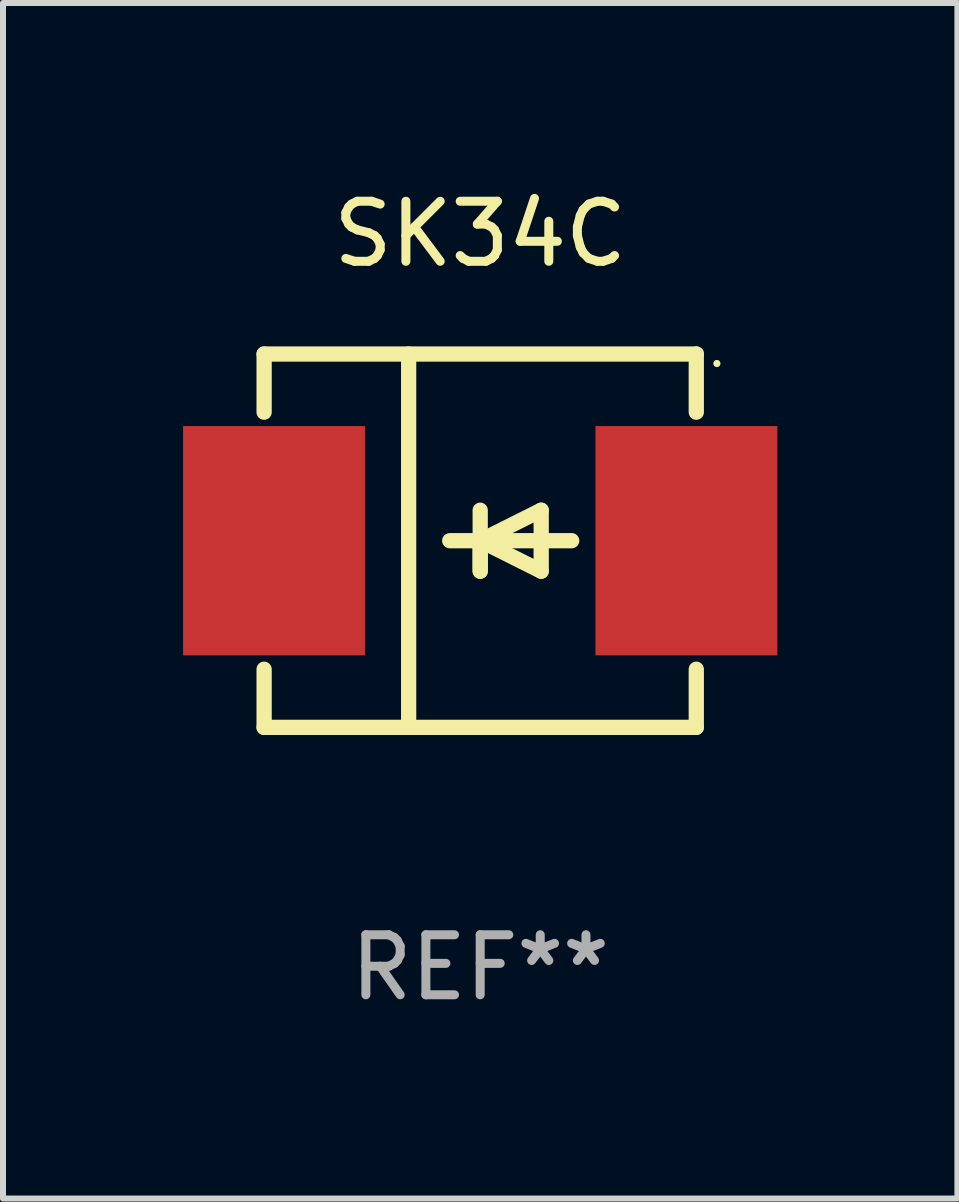
<source format=kicad_pcb>
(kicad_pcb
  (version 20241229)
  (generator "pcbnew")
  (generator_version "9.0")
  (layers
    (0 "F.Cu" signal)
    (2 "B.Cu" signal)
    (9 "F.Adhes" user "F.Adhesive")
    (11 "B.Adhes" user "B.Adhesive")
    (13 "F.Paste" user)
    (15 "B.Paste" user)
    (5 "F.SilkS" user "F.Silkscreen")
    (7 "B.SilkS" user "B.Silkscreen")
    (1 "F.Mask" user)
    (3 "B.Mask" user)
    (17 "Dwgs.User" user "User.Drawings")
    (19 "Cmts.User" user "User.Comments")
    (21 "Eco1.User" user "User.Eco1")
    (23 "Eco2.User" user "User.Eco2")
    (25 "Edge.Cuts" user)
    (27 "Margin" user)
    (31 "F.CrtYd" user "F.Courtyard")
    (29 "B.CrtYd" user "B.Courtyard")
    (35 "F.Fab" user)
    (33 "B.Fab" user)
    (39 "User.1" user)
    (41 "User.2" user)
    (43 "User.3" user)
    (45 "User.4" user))
  (footprint "SK34C"
    (layer "F.Cu")
    (at 4.95 5.958)
    (property "Reference" "SK34C" (at 0 -5.11 0) (layer "F.SilkS") (effects (font (size 1 1) (thickness 0.15))))
    (attr through_hole)
    (fp_line (start -3.6 -3.11) (end -3.6 -2.141) (stroke (width 0.254) (type solid)) (layer "F.SilkS"))
    (fp_line (start -3.6 -3.11) (end 3.6 -3.11) (stroke (width 0.254) (type solid)) (layer "F.SilkS"))
    (fp_line (start -3.6 2.141) (end -3.6 3.11) (stroke (width 0.254) (type solid)) (layer "F.SilkS"))
    (fp_line (start -3.6 3.11) (end 3.6 3.11) (stroke (width 0.254) (type solid)) (layer "F.SilkS"))
    (fp_line (start -1.192 -3.11) (end -1.192 3.11) (stroke (width 0.254) (type solid)) (layer "F.SilkS"))
    (fp_line (start 0 0) (end 0 0.508) (stroke (width 0.254) (type solid)) (layer "F.SilkS"))
    (fp_line (start 0 0) (end 1.016 0.508) (stroke (width 0.254) (type solid)) (layer "F.SilkS"))
    (fp_line (start 0 0.508) (end 0 -0.508) (stroke (width 0.254) (type solid)) (layer "F.SilkS"))
    (fp_line (start 1.016 -0.508) (end 0 0) (stroke (width 0.254) (type solid)) (layer "F.SilkS"))
    (fp_line (start 1.016 0.508) (end 1.016 -0.508) (stroke (width 0.254) (type solid)) (layer "F.SilkS"))
    (fp_line (start 1.524 0) (end -0.508 0) (stroke (width 0.254) (type solid)) (layer "F.SilkS"))
    (fp_line (start 3.6 -3.11) (end 3.6 -2.141) (stroke (width 0.254) (type solid)) (layer "F.SilkS"))
    (fp_line (start 3.6 2.141) (end 3.6 3.11) (stroke (width 0.254) (type solid)) (layer "F.SilkS"))
    (fp_circle (center 3.943 -2.952) (end 3.973 -2.952) (stroke (width 0.06) (type solid)) (fill no) (layer "F.SilkS"))
    (fp_text user "REF**" (at 0 7.11 0) (layer "F.Fab") (effects (font (size 1 1) (thickness 0.15))))
    (pad "1" smd rect (at 3.435 0 180) (size 3.03 3.82) (layers "F.Cu" "F.Mask" "F.Paste"))
    (pad "2" smd rect (at -3.435 0 180) (size 3.03 3.82) (layers "F.Cu" "F.Mask" "F.Paste")))
  (gr_rect
    (start -3 -3)
    (end 12.9 16.917)
    (stroke (width 0.1) (type default))
    (fill no)
    (layer "Edge.Cuts")))
</source>
